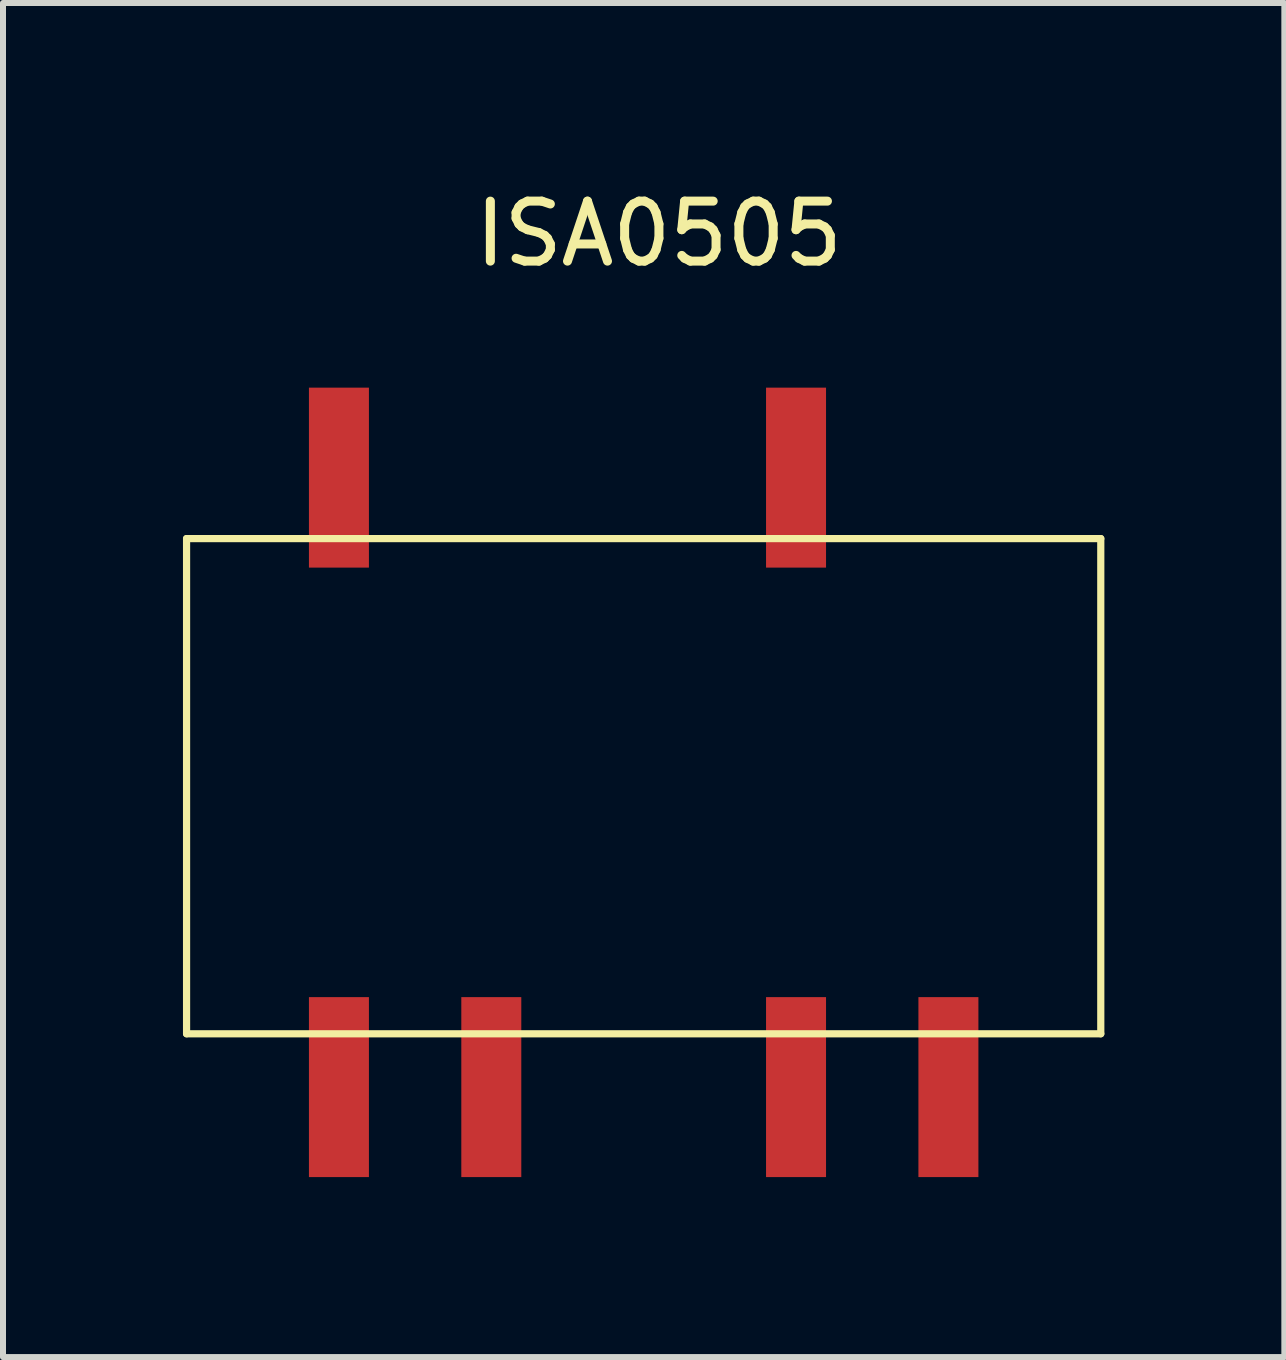
<source format=kicad_pcb>
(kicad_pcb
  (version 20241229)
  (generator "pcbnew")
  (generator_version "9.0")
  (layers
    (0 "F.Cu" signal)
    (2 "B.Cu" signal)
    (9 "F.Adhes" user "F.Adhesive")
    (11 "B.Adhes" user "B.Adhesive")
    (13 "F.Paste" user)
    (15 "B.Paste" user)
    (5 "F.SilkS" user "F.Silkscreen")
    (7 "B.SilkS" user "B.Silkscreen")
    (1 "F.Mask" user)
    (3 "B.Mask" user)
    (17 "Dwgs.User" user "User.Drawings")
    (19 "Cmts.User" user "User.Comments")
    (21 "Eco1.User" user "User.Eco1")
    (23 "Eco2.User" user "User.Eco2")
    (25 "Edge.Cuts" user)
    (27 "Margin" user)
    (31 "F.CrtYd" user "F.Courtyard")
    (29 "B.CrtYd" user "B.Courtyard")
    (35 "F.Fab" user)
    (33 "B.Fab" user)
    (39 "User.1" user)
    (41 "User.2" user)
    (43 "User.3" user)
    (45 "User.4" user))
  (footprint "ISA0505"
    (layer "F.Cu")
    (at 7.68 10.246)
    (property "Reference" "ISA0505" (at 0.254 -9.398 0) (layer "F.SilkS") (effects (font (size 1 1) (thickness 0.15))))
    (attr through_hole)
    (fp_line (start -7.62 -4.318) (end 7.62 -4.318) (stroke (width 0.12) (type solid)) (layer "F.SilkS"))
    (fp_line (start -7.62 3.937) (end -7.62 -4.318) (stroke (width 0.12) (type solid)) (layer "F.SilkS"))
    (fp_line (start 7.62 -4.318) (end 7.62 3.937) (stroke (width 0.12) (type solid)) (layer "F.SilkS"))
    (fp_line (start 7.62 3.937) (end -7.62 3.937) (stroke (width 0.12) (type solid)) (layer "F.SilkS"))
    (pad "1" smd rect (at -5.08 4.826) (size 1 3) (layers "F.Cu" "F.Mask" "F.Paste"))
    (pad "2" smd rect (at -2.54 4.826) (size 1 3) (layers "F.Cu" "F.Mask" "F.Paste"))
    (pad "4" smd rect (at 2.54 4.826) (size 1 3) (layers "F.Cu" "F.Mask" "F.Paste"))
    (pad "5" smd rect (at 5.08 4.826) (size 1 3) (layers "F.Cu" "F.Mask" "F.Paste"))
    (pad "7" smd rect (at 2.54 -5.334) (size 1 3) (layers "F.Cu" "F.Mask" "F.Paste"))
    (pad "10" smd rect (at -5.08 -5.334) (size 1 3) (layers "F.Cu" "F.Mask" "F.Paste")))
  (gr_rect
    (start -3 -3)
    (end 18.36 19.572)
    (stroke (width 0.1) (type default))
    (fill no)
    (layer "Edge.Cuts")))
</source>
